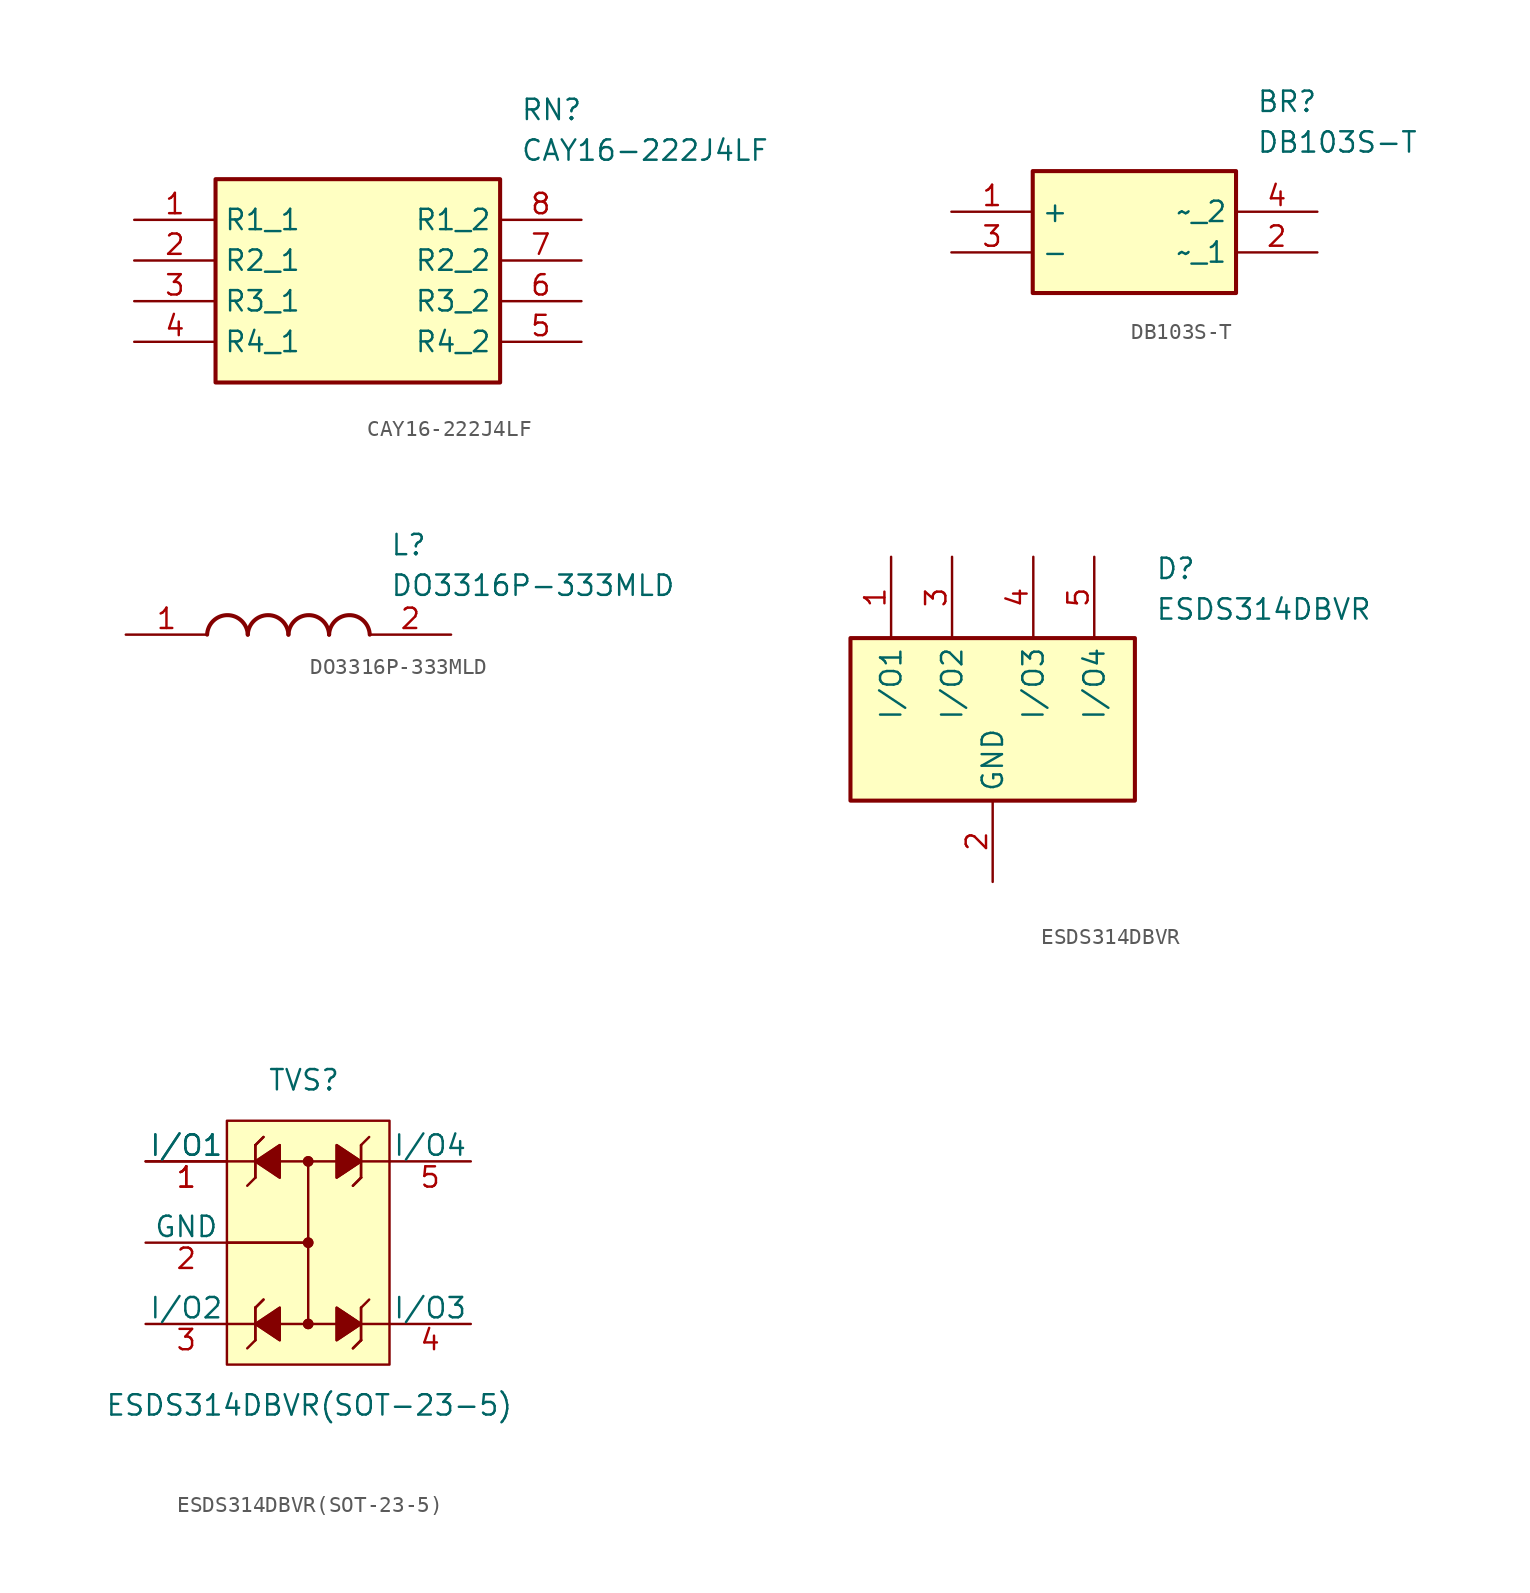
<source format=kicad_sym>
(kicad_symbol_lib
  (version 20220914)
  (generator kicad_symbol_editor)
  (symbol "CAY16-222J4LF"
    (property "Reference" "RN"
      (at 24.13 7.62 0)
      (effects (font (size 1.27 1.27)) (justify left top)))
    (property "Value" "CAY16-222J4LF"
      (at 24.13 5.08 0)
      (effects (font (size 1.27 1.27)) (justify left top)))
    (symbol "CAY16-222J4LF_1_1"
      (rectangle (start 5.08 2.54) (end 22.86 -10.16) (stroke (width 0.254) (type default)) (fill (type background)))
      (pin passive line (at 0 0 0) (length 5.08) (name "R1_1" (effects (font (size 1.27 1.27)))) (number "1" (effects (font (size 1.27 1.27)))))
      (pin passive line (at 0 -2.54 0) (length 5.08) (name "R2_1" (effects (font (size 1.27 1.27)))) (number "2" (effects (font (size 1.27 1.27)))))
      (pin passive line (at 0 -5.08 0) (length 5.08) (name "R3_1" (effects (font (size 1.27 1.27)))) (number "3" (effects (font (size 1.27 1.27)))))
      (pin passive line (at 0 -7.62 0) (length 5.08) (name "R4_1" (effects (font (size 1.27 1.27)))) (number "4" (effects (font (size 1.27 1.27)))))
      (pin passive line (at 27.94 -7.62 180) (length 5.08) (name "R4_2" (effects (font (size 1.27 1.27)))) (number "5" (effects (font (size 1.27 1.27)))))
      (pin passive line (at 27.94 -5.08 180) (length 5.08) (name "R3_2" (effects (font (size 1.27 1.27)))) (number "6" (effects (font (size 1.27 1.27)))))
      (pin passive line (at 27.94 -2.54 180) (length 5.08) (name "R2_2" (effects (font (size 1.27 1.27)))) (number "7" (effects (font (size 1.27 1.27)))))
      (pin passive line (at 27.94 0 180) (length 5.08) (name "R1_2" (effects (font (size 1.27 1.27)))) (number "8" (effects (font (size 1.27 1.27)))))))
  (symbol "DB103S-T"
    (property "Reference" "BR"
      (at 19.05 7.62 0)
      (effects (font (size 1.27 1.27)) (justify left top)))
    (property "Value" "DB103S-T"
      (at 19.05 5.08 0)
      (effects (font (size 1.27 1.27)) (justify left top)))
    (symbol "DB103S-T_1_1"
      (rectangle (start 5.08 2.54) (end 17.78 -5.08) (stroke (width 0.254) (type default)) (fill (type background)))
      (pin passive line (at 0 0 0) (length 5.08) (name "+" (effects (font (size 1.27 1.27)))) (number "1" (effects (font (size 1.27 1.27)))))
      (pin passive line (at 22.86 -2.54 180) (length 5.08) (name "~_1" (effects (font (size 1.27 1.27)))) (number "2" (effects (font (size 1.27 1.27)))))
      (pin passive line (at 0 -2.54 0) (length 5.08) (name "-" (effects (font (size 1.27 1.27)))) (number "3" (effects (font (size 1.27 1.27)))))
      (pin passive line (at 22.86 0 180) (length 5.08) (name "~_2" (effects (font (size 1.27 1.27)))) (number "4" (effects (font (size 1.27 1.27)))))))
  (symbol "DO3316P-333MLD"
    (pin_names hide)
    (property "Reference" "L"
      (at 16.51 6.35 0)
      (effects (font (size 1.27 1.27)) (justify left top)))
    (property "Value" "DO3316P-333MLD"
      (at 16.51 3.81 0)
      (effects (font (size 1.27 1.27)) (justify left top)))
    (symbol "DO3316P-333MLD_1_1"
      (arc (start 7.62 0) (mid 6.35 1.219) (end 5.08 0) (stroke (width 0.254) (type default)) (fill (type none)))
      (arc (start 10.16 0) (mid 8.89 1.219) (end 7.62 0) (stroke (width 0.254) (type default)) (fill (type none)))
      (arc (start 12.7 0) (mid 11.43 1.219) (end 10.16 0) (stroke (width 0.254) (type default)) (fill (type none)))
      (arc (start 15.24 0) (mid 13.97 1.219) (end 12.7 0) (stroke (width 0.254) (type default)) (fill (type none)))
      (pin passive line (at 0 0 0) (length 5.08) (name "1" (effects (font (size 1.27 1.27)))) (number "1" (effects (font (size 1.27 1.27)))))
      (pin passive line (at 20.32 0 180) (length 5.08) (name "2" (effects (font (size 1.27 1.27)))) (number "2" (effects (font (size 1.27 1.27)))))))
  (symbol "ESDS314DBVR"
    (property "Reference" "D"
      (at 24.13 7.62 0)
      (effects (font (size 1.27 1.27)) (justify left top)))
    (property "Value" "ESDS314DBVR"
      (at 24.13 5.08 0)
      (effects (font (size 1.27 1.27)) (justify left top)))
    (symbol "ESDS314DBVR_1_1"
      (rectangle (start 5.08 2.54) (end 22.86 -7.62) (stroke (width 0.254) (type default)) (fill (type background)))
      (pin passive line (at 7.62 7.62 270) (length 5.08) (name "I/O1" (effects (font (size 1.27 1.27)))) (number "1" (effects (font (size 1.27 1.27)))))
      (pin passive line (at 13.97 -12.7 90) (length 5.08) (name "GND" (effects (font (size 1.27 1.27)))) (number "2" (effects (font (size 1.27 1.27)))))
      (pin passive line (at 11.43 7.62 270) (length 5.08) (name "I/O2" (effects (font (size 1.27 1.27)))) (number "3" (effects (font (size 1.27 1.27)))))
      (pin passive line (at 16.51 7.62 270) (length 5.08) (name "I/O3" (effects (font (size 1.27 1.27)))) (number "4" (effects (font (size 1.27 1.27)))))
      (pin passive line (at 20.32 7.62 270) (length 5.08) (name "I/O4" (effects (font (size 1.27 1.27)))) (number "5" (effects (font (size 1.27 1.27)))))))
  (symbol "ESDS314DBVR(SOT-23-5)"
    (pin_names
      (offset 0))
    (property "Reference" "TVS"
      (at -2.54 10.16 0)
      (effects (font (size 1.27 1.27)) (justify left)))
    (property "Value" "ESDS314DBVR(SOT-23-5)"
      (at -12.7 -10.16 0)
      (effects (font (size 1.27 1.27)) (justify left)))
    (property "Footprint" ""
      (at 0 -12.7 0)
      (effects (font (size 1.524 1.524))))
    (property "Datasheet" ""
      (at -2.54 5.08 90)
      (effects (font (size 1.524 1.524))))
    (symbol "ESDS314DBVR(SOT-23-5)_0_1"
      (rectangle (start -5.08 7.62) (end 5.08 -7.62) (stroke (width 0) (type solid)) (fill (type background)))
      (circle (center 0 -5.08) (radius 0.254) (stroke (width 0) (type solid)) (fill (type outline)))
      (circle (center 0 -5.08) (radius 0.254) (stroke (width 0) (type solid)) (fill (type outline)))
      (polyline (pts (xy -5.08 5.08) (xy 5.08 5.08)) (stroke (width 0) (type solid)) (fill (type none)))
      (polyline (pts (xy -3.302 -6.096) (xy -3.81 -6.604)) (stroke (width 0) (type solid)) (fill (type none)))
      (polyline (pts (xy -3.302 -6.096) (xy -3.302 -4.064)) (stroke (width 0) (type solid)) (fill (type none)))
      (polyline (pts (xy -3.302 -6.096) (xy -3.302 -4.064)) (stroke (width 0) (type solid)) (fill (type none)))
      (polyline (pts (xy -3.302 -4.064) (xy -3.302 -4.064)) (stroke (width 0) (type solid)) (fill (type none)))
      (polyline (pts (xy -3.302 -4.064) (xy -3.302 -4.064)) (stroke (width 0) (type solid)) (fill (type none)))
      (polyline (pts (xy -3.302 -4.064) (xy -2.794 -3.556)) (stroke (width 0) (type solid)) (fill (type none)))
      (polyline (pts (xy -3.302 -4.064) (xy -2.794 -3.556)) (stroke (width 0) (type solid)) (fill (type none)))
      (polyline (pts (xy -3.302 4.064) (xy -3.81 3.556)) (stroke (width 0) (type solid)) (fill (type none)))
      (polyline (pts (xy -3.302 4.064) (xy -3.302 6.096)) (stroke (width 0) (type solid)) (fill (type none)))
      (polyline (pts (xy -3.302 4.064) (xy -3.302 6.096)) (stroke (width 0) (type solid)) (fill (type none)))
      (polyline (pts (xy -3.302 6.096) (xy -3.302 6.096)) (stroke (width 0) (type solid)) (fill (type none)))
      (polyline (pts (xy -3.302 6.096) (xy -3.302 6.096)) (stroke (width 0) (type solid)) (fill (type none)))
      (polyline (pts (xy -3.302 6.096) (xy -2.794 6.604)) (stroke (width 0) (type solid)) (fill (type none)))
      (polyline (pts (xy -3.302 6.096) (xy -2.794 6.604)) (stroke (width 0) (type solid)) (fill (type none)))
      (polyline (pts (xy 0 0) (xy -5.08 0)) (stroke (width 0) (type solid)) (fill (type none)))
      (polyline (pts (xy 0 0) (xy -5.08 0)) (stroke (width 0) (type solid)) (fill (type none)))
      (polyline (pts (xy 0 5.08) (xy 0 -5.08)) (stroke (width 0) (type solid)) (fill (type none)))
      (polyline (pts (xy 3.302 -6.096) (xy 2.794 -6.604)) (stroke (width 0) (type solid)) (fill (type none)))
      (polyline (pts (xy 3.302 -6.096) (xy 2.794 -6.604)) (stroke (width 0) (type solid)) (fill (type none)))
      (polyline (pts (xy 3.302 -6.096) (xy 3.302 -6.096)) (stroke (width 0) (type solid)) (fill (type none)))
      (polyline (pts (xy 3.302 -6.096) (xy 3.302 -6.096)) (stroke (width 0) (type solid)) (fill (type none)))
      (polyline (pts (xy 3.302 -4.064) (xy 3.302 -6.096)) (stroke (width 0) (type solid)) (fill (type none)))
      (polyline (pts (xy 3.302 -4.064) (xy 3.302 -6.096)) (stroke (width 0) (type solid)) (fill (type none)))
      (polyline (pts (xy 3.302 -4.064) (xy 3.81 -3.556)) (stroke (width 0) (type solid)) (fill (type none)))
      (polyline (pts (xy 3.302 4.064) (xy 2.794 3.556)) (stroke (width 0) (type solid)) (fill (type none)))
      (polyline (pts (xy 3.302 4.064) (xy 2.794 3.556)) (stroke (width 0) (type solid)) (fill (type none)))
      (polyline (pts (xy 3.302 4.064) (xy 3.302 4.064)) (stroke (width 0) (type solid)) (fill (type none)))
      (polyline (pts (xy 3.302 4.064) (xy 3.302 4.064)) (stroke (width 0) (type solid)) (fill (type none)))
      (polyline (pts (xy 3.302 6.096) (xy 3.302 4.064)) (stroke (width 0) (type solid)) (fill (type none)))
      (polyline (pts (xy 3.302 6.096) (xy 3.302 4.064)) (stroke (width 0) (type solid)) (fill (type none)))
      (polyline (pts (xy 3.302 6.096) (xy 3.81 6.604)) (stroke (width 0) (type solid)) (fill (type none)))
      (polyline (pts (xy 5.08 -5.08) (xy -5.08 -5.08)) (stroke (width 0) (type solid)) (fill (type none)))
      (polyline (pts (xy -1.778 -6.096) (xy -3.302 -5.08) (xy -1.778 -4.064) (xy -1.778 -6.096)) (stroke (width 0) (type solid)) (fill (type outline)))
      (polyline (pts (xy -1.778 -6.096) (xy -3.302 -5.08) (xy -1.778 -4.064) (xy -1.778 -6.096)) (stroke (width 0) (type solid)) (fill (type outline)))
      (polyline (pts (xy -1.778 4.064) (xy -3.302 5.08) (xy -1.778 6.096) (xy -1.778 4.064)) (stroke (width 0) (type solid)) (fill (type outline)))
      (polyline (pts (xy -1.778 4.064) (xy -3.302 5.08) (xy -1.778 6.096) (xy -1.778 4.064)) (stroke (width 0) (type solid)) (fill (type outline)))
      (polyline (pts (xy 1.778 -4.064) (xy 3.302 -5.08) (xy 1.778 -6.096) (xy 1.778 -4.064)) (stroke (width 0) (type solid)) (fill (type outline)))
      (polyline (pts (xy 1.778 -4.064) (xy 3.302 -5.08) (xy 1.778 -6.096) (xy 1.778 -4.064)) (stroke (width 0) (type solid)) (fill (type outline)))
      (polyline (pts (xy 1.778 6.096) (xy 3.302 5.08) (xy 1.778 4.064) (xy 1.778 6.096)) (stroke (width 0) (type solid)) (fill (type outline)))
      (polyline (pts (xy 1.778 6.096) (xy 3.302 5.08) (xy 1.778 4.064) (xy 1.778 6.096)) (stroke (width 0) (type solid)) (fill (type outline)))
      (circle (center 0 0) (radius 0.254) (stroke (width 0) (type solid)) (fill (type outline)))
      (circle (center 0 0) (radius 0.254) (stroke (width 0) (type solid)) (fill (type outline)))
      (circle (center 0 5.08) (radius 0.254) (stroke (width 0) (type solid)) (fill (type outline)))
      (circle (center 0 5.08) (radius 0.254) (stroke (width 0) (type solid)) (fill (type outline))))
    (symbol "ESDS314DBVR(SOT-23-5)_1_1"
      (pin passive line (at -10.16 5.08 0) (length 5.08) (name "I/O1" (effects (font (size 1.27 1.27)))) (number "1" (effects (font (size 1.27 1.27)))))
      (pin passive line (at -10.16 5.08 0) (length 5.08) (name "I/O1" (effects (font (size 1.27 1.27)))) (number "1" (effects (font (size 1.27 1.27)))))
      (pin passive line (at -10.16 0 0) (length 5.08) (name "GND" (effects (font (size 1.27 1.27)))) (number "2" (effects (font (size 1.27 1.27)))))
      (pin passive line (at -10.16 -5.08 0) (length 5.08) (name "I/O2" (effects (font (size 1.27 1.27)))) (number "3" (effects (font (size 1.27 1.27)))))
      (pin passive line (at 10.16 -5.08 180) (length 5.08) (name "I/O3" (effects (font (size 1.27 1.27)))) (number "4" (effects (font (size 1.27 1.27)))))
      (pin passive line (at 10.16 5.08 180) (length 5.08) (name "I/O4" (effects (font (size 1.27 1.27)))) (number "5" (effects (font (size 1.27 1.27))))))))
</source>
